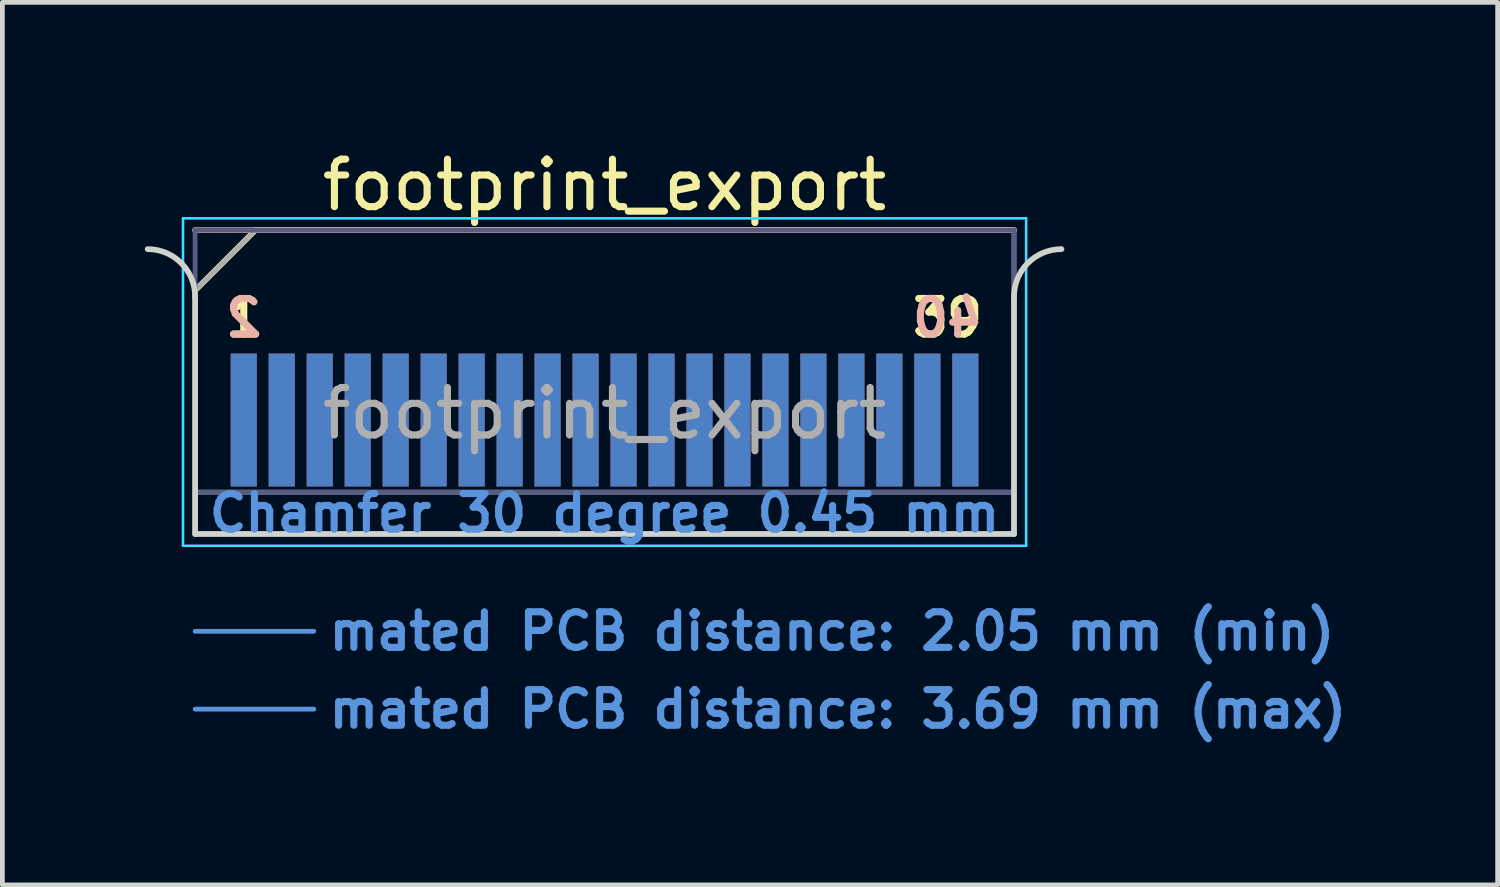
<source format=kicad_pcb>
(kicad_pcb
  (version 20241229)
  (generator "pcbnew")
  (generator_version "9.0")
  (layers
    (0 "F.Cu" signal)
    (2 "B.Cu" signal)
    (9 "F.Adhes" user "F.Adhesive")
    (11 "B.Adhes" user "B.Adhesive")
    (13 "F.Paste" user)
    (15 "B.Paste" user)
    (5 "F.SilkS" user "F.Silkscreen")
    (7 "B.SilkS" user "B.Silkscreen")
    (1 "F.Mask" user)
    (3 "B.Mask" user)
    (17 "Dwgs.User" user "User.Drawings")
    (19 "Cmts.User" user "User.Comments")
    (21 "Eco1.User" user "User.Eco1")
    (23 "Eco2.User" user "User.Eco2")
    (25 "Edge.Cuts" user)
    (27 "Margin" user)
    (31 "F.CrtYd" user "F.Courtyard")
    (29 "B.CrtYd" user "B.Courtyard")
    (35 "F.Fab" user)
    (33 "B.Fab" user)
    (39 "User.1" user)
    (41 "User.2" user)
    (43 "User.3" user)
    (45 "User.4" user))
  (footprint "footprint_export"
    (layer "F.Cu")
    (at 9.685 8.198)
    (property "Reference" "footprint_export" (at 0 -7.35 0) (layer "F.SilkS") (effects (font (size 1 1) (thickness 0.15))))
    (attr exclude_from_pos_files exclude_from_bom)
    (fp_line (start -8.625 -5.13) (end -7.355 -6.4) (stroke (width 0.12) (type solid)) (layer "F.SilkS"))
    (fp_line (start -7.355 -6.4) (end 8.625 -6.4) (stroke (width 0.12) (type solid)) (layer "F.SilkS"))
    (fp_line (start -8.625 -6.4) (end -8.625 -6.4) (stroke (width 0.12) (type solid)) (layer "B.SilkS"))
    (fp_line (start -8.625 -6.4) (end 8.625 -6.4) (stroke (width 0.12) (type solid)) (layer "B.SilkS"))
    (fp_line (start -8.625 2.05) (end -6.125 2.05) (stroke (width 0.1) (type solid)) (layer "Cmts.User"))
    (fp_line (start -8.625 3.69) (end -6.125 3.69) (stroke (width 0.1) (type solid)) (layer "Cmts.User"))
    (fp_line (start -8.625 -5) (end -8.625 0) (stroke (width 0.12) (type solid)) (layer "Edge.Cuts"))
    (fp_line (start -8.625 0) (end 8.625 0) (stroke (width 0.12) (type solid)) (layer "Edge.Cuts"))
    (fp_line (start 8.625 0) (end 8.625 -5) (stroke (width 0.12) (type solid)) (layer "Edge.Cuts"))
    (fp_arc (start -9.625 -6) (mid -8.917893 -5.707107) (end -8.625 -5) (stroke (width 0.12) (type solid)) (layer "Edge.Cuts"))
    (fp_arc (start 8.625 -5) (mid 8.917893 -5.707107) (end 9.625 -6) (stroke (width 0.12) (type solid)) (layer "Edge.Cuts"))
    (fp_line (start -8.88 -6.65) (end -8.88 0.25) (stroke (width 0.05) (type solid)) (layer "B.CrtYd"))
    (fp_line (start -8.88 0.25) (end 8.88 0.25) (stroke (width 0.05) (type solid)) (layer "B.CrtYd"))
    (fp_line (start 8.88 -6.65) (end -8.88 -6.65) (stroke (width 0.05) (type solid)) (layer "B.CrtYd"))
    (fp_line (start 8.88 0.25) (end 8.88 -6.65) (stroke (width 0.05) (type solid)) (layer "B.CrtYd"))
    (fp_line (start -8.88 -6.65) (end -8.88 0.25) (stroke (width 0.05) (type solid)) (layer "F.CrtYd"))
    (fp_line (start -8.88 0.25) (end 8.88 0.25) (stroke (width 0.05) (type solid)) (layer "F.CrtYd"))
    (fp_line (start 8.88 -6.65) (end -8.88 -6.65) (stroke (width 0.05) (type solid)) (layer "F.CrtYd"))
    (fp_line (start 8.88 0.25) (end 8.88 -6.65) (stroke (width 0.05) (type solid)) (layer "F.CrtYd"))
    (fp_line (start -8.625 -6.4) (end -8.625 -6.4) (stroke (width 0.1) (type solid)) (layer "B.Fab"))
    (fp_line (start -8.625 -6.4) (end -8.625 0) (stroke (width 0.1) (type solid)) (layer "B.Fab"))
    (fp_line (start -8.625 -6.4) (end 8.625 -6.4) (stroke (width 0.1) (type solid)) (layer "B.Fab"))
    (fp_line (start -8.625 -0.88) (end 8.625 -0.88) (stroke (width 0.1) (type solid)) (layer "B.Fab"))
    (fp_line (start -8.625 0) (end 8.625 0) (stroke (width 0.1) (type solid)) (layer "B.Fab"))
    (fp_line (start 8.625 -6.4) (end 8.625 0) (stroke (width 0.1) (type solid)) (layer "B.Fab"))
    (fp_line (start -8.625 -5.13) (end -8.625 0) (stroke (width 0.1) (type solid)) (layer "F.Fab"))
    (fp_line (start -8.625 -5.13) (end -7.355 -6.4) (stroke (width 0.1) (type solid)) (layer "F.Fab"))
    (fp_line (start -8.625 -0.88) (end 8.625 -0.88) (stroke (width 0.1) (type solid)) (layer "F.Fab"))
    (fp_line (start -8.625 0) (end 8.625 0) (stroke (width 0.1) (type solid)) (layer "F.Fab"))
    (fp_line (start -7.355 -6.4) (end 8.625 -6.4) (stroke (width 0.1) (type solid)) (layer "F.Fab"))
    (fp_line (start 8.625 -6.4) (end 8.625 0) (stroke (width 0.1) (type solid)) (layer "F.Fab"))
    (fp_text user "1" (at -7.6 -4.55 0) (layer "F.SilkS") (effects (font (size 0.75 0.75) (thickness 0.15))))
    (fp_text user "39" (at 7.225 -4.55 0) (layer "F.SilkS") (effects (font (size 0.75 0.75) (thickness 0.15))))
    (fp_text user "2" (at -7.6 -4.55 0) (layer "B.SilkS") (effects (font (size 0.75 0.75) (thickness 0.15)) (justify mirror)))
    (fp_text user "40" (at 7.225 -4.55 0) (layer "B.SilkS") (effects (font (size 0.75 0.75) (thickness 0.15)) (justify mirror)))
    (fp_text user "mated PCB distance: 2.05 mm (min)" (at -5.88 2.05 0) (layer "Cmts.User") (effects (font (size 0.75 0.75) (thickness 0.15)) (justify left)))
    (fp_text user "mated PCB distance: 3.69 mm (max)" (at -5.88 3.69 0) (layer "Cmts.User") (effects (font (size 0.75 0.75) (thickness 0.15)) (justify left)))
    (fp_text user "Chamfer 30 degree 0.45 mm" (at 0 -0.44 0) (layer "Cmts.User") (effects (font (size 0.75 0.75) (thickness 0.15))))
    (fp_text user "${REFERENCE}" (at 0 -2.54 0) (layer "F.Fab") (effects (font (size 1 1) (thickness 0.15))))
    (pad "1" connect rect (at -7.6 -2.4) (size 0.55 2.8) (layers "F.Cu" "F.Mask"))
    (pad "2" connect rect (at -7.6 -2.4) (size 0.55 2.8) (layers "B.Cu" "B.Mask"))
    (pad "3" connect rect (at -6.8 -2.4) (size 0.55 2.8) (layers "F.Cu" "F.Mask"))
    (pad "4" connect rect (at -6.8 -2.4) (size 0.55 2.8) (layers "B.Cu" "B.Mask"))
    (pad "5" connect rect (at -6 -2.4) (size 0.55 2.8) (layers "F.Cu" "F.Mask"))
    (pad "6" connect rect (at -6 -2.4) (size 0.55 2.8) (layers "B.Cu" "B.Mask"))
    (pad "7" connect rect (at -5.2 -2.4) (size 0.55 2.8) (layers "F.Cu" "F.Mask"))
    (pad "8" connect rect (at -5.2 -2.4) (size 0.55 2.8) (layers "B.Cu" "B.Mask"))
    (pad "9" connect rect (at -4.4 -2.4) (size 0.55 2.8) (layers "F.Cu" "F.Mask"))
    (pad "10" connect rect (at -4.4 -2.4) (size 0.55 2.8) (layers "B.Cu" "B.Mask"))
    (pad "11" connect rect (at -3.6 -2.4) (size 0.55 2.8) (layers "F.Cu" "F.Mask"))
    (pad "12" connect rect (at -3.6 -2.4) (size 0.55 2.8) (layers "B.Cu" "B.Mask"))
    (pad "13" connect rect (at -2.8 -2.4) (size 0.55 2.8) (layers "F.Cu" "F.Mask"))
    (pad "14" connect rect (at -2.8 -2.4) (size 0.55 2.8) (layers "B.Cu" "B.Mask"))
    (pad "15" connect rect (at -2 -2.4) (size 0.55 2.8) (layers "F.Cu" "F.Mask"))
    (pad "16" connect rect (at -2 -2.4) (size 0.55 2.8) (layers "B.Cu" "B.Mask"))
    (pad "17" connect rect (at -1.2 -2.4) (size 0.55 2.8) (layers "F.Cu" "F.Mask"))
    (pad "18" connect rect (at -1.2 -2.4) (size 0.55 2.8) (layers "B.Cu" "B.Mask"))
    (pad "19" connect rect (at -0.4 -2.4) (size 0.55 2.8) (layers "F.Cu" "F.Mask"))
    (pad "20" connect rect (at -0.4 -2.4) (size 0.55 2.8) (layers "B.Cu" "B.Mask"))
    (pad "21" connect rect (at 0.4 -2.4) (size 0.55 2.8) (layers "F.Cu" "F.Mask"))
    (pad "22" connect rect (at 0.4 -2.4) (size 0.55 2.8) (layers "B.Cu" "B.Mask"))
    (pad "23" connect rect (at 1.2 -2.4) (size 0.55 2.8) (layers "F.Cu" "F.Mask"))
    (pad "24" connect rect (at 1.2 -2.4) (size 0.55 2.8) (layers "B.Cu" "B.Mask"))
    (pad "25" connect rect (at 2 -2.4) (size 0.55 2.8) (layers "F.Cu" "F.Mask"))
    (pad "26" connect rect (at 2 -2.4) (size 0.55 2.8) (layers "B.Cu" "B.Mask"))
    (pad "27" connect rect (at 2.8 -2.4) (size 0.55 2.8) (layers "F.Cu" "F.Mask"))
    (pad "28" connect rect (at 2.8 -2.4) (size 0.55 2.8) (layers "B.Cu" "B.Mask"))
    (pad "29" connect rect (at 3.6 -2.4) (size 0.55 2.8) (layers "F.Cu" "F.Mask"))
    (pad "30" connect rect (at 3.6 -2.4) (size 0.55 2.8) (layers "B.Cu" "B.Mask"))
    (pad "31" connect rect (at 4.4 -2.4) (size 0.55 2.8) (layers "F.Cu" "F.Mask"))
    (pad "32" connect rect (at 4.4 -2.4) (size 0.55 2.8) (layers "B.Cu" "B.Mask"))
    (pad "33" connect rect (at 5.2 -2.4) (size 0.55 2.8) (layers "F.Cu" "F.Mask"))
    (pad "34" connect rect (at 5.2 -2.4) (size 0.55 2.8) (layers "B.Cu" "B.Mask"))
    (pad "35" connect rect (at 6 -2.4) (size 0.55 2.8) (layers "F.Cu" "F.Mask"))
    (pad "36" connect rect (at 6 -2.4) (size 0.55 2.8) (layers "B.Cu" "B.Mask"))
    (pad "37" connect rect (at 6.8 -2.4) (size 0.55 2.8) (layers "F.Cu" "F.Mask"))
    (pad "38" connect rect (at 6.8 -2.4) (size 0.55 2.8) (layers "B.Cu" "B.Mask"))
    (pad "39" connect rect (at 7.6 -2.4) (size 0.55 2.8) (layers "F.Cu" "F.Mask"))
    (pad "40" connect rect (at 7.6 -2.4) (size 0.55 2.8) (layers "B.Cu" "B.Mask")))
  (gr_rect
    (start -3 -3)
    (end 28.498 15.59)
    (stroke (width 0.1) (type default))
    (fill no)
    (layer "Edge.Cuts")))
</source>
